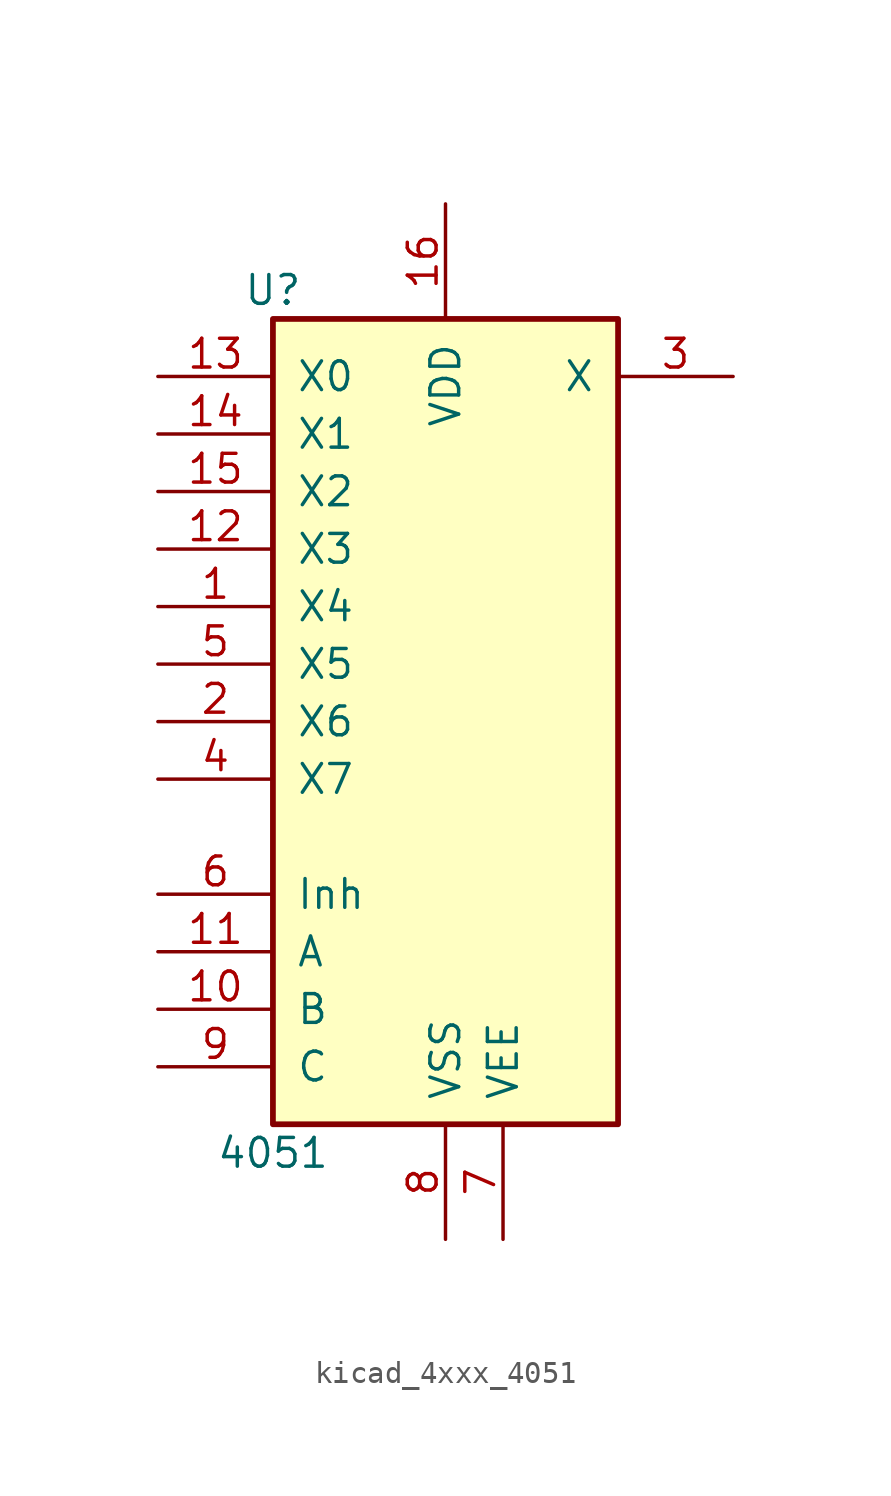
<source format=kicad_sym>
(kicad_symbol_lib
  (version 20220914)
  (generator kicad_symbol_editor)
  (symbol "kicad_4xxx_4051"
    (pin_names
      (offset 1.016))
    (property "Reference" "U"
      (at -7.62 19.05 0)
      (effects (font (size 1.27 1.27))))
    (property "Value" "4051"
      (at -7.62 -19.05 0)
      (effects (font (size 1.27 1.27))))
    (property "ki_locked" ""
      (at 0 0 0)
      (effects (font (size 1.27 1.27))))
    (symbol "kicad_4xxx_4051_1_0"
      (pin passive line (at -12.7 5.08 0) (length 5.08) (name "X4" (effects (font (size 1.27 1.27)))) (number "1" (effects (font (size 1.27 1.27)))))
      (pin input line (at -12.7 -12.7 0) (length 5.08) (name "B" (effects (font (size 1.27 1.27)))) (number "10" (effects (font (size 1.27 1.27)))))
      (pin input line (at -12.7 -10.16 0) (length 5.08) (name "A" (effects (font (size 1.27 1.27)))) (number "11" (effects (font (size 1.27 1.27)))))
      (pin passive line (at -12.7 7.62 0) (length 5.08) (name "X3" (effects (font (size 1.27 1.27)))) (number "12" (effects (font (size 1.27 1.27)))))
      (pin passive line (at -12.7 15.24 0) (length 5.08) (name "X0" (effects (font (size 1.27 1.27)))) (number "13" (effects (font (size 1.27 1.27)))))
      (pin passive line (at -12.7 12.7 0) (length 5.08) (name "X1" (effects (font (size 1.27 1.27)))) (number "14" (effects (font (size 1.27 1.27)))))
      (pin passive line (at -12.7 10.16 0) (length 5.08) (name "X2" (effects (font (size 1.27 1.27)))) (number "15" (effects (font (size 1.27 1.27)))))
      (pin power_in line (at 0 22.86 270) (length 5.08) (name "VDD" (effects (font (size 1.27 1.27)))) (number "16" (effects (font (size 1.27 1.27)))))
      (pin passive line (at -12.7 0 0) (length 5.08) (name "X6" (effects (font (size 1.27 1.27)))) (number "2" (effects (font (size 1.27 1.27)))))
      (pin passive line (at 12.7 15.24 180) (length 5.08) (name "X" (effects (font (size 1.27 1.27)))) (number "3" (effects (font (size 1.27 1.27)))))
      (pin passive line (at -12.7 -2.54 0) (length 5.08) (name "X7" (effects (font (size 1.27 1.27)))) (number "4" (effects (font (size 1.27 1.27)))))
      (pin passive line (at -12.7 2.54 0) (length 5.08) (name "X5" (effects (font (size 1.27 1.27)))) (number "5" (effects (font (size 1.27 1.27)))))
      (pin input line (at -12.7 -7.62 0) (length 5.08) (name "Inh" (effects (font (size 1.27 1.27)))) (number "6" (effects (font (size 1.27 1.27)))))
      (pin power_in line (at 2.54 -22.86 90) (length 5.08) (name "VEE" (effects (font (size 1.27 1.27)))) (number "7" (effects (font (size 1.27 1.27)))))
      (pin power_in line (at 0 -22.86 90) (length 5.08) (name "VSS" (effects (font (size 1.27 1.27)))) (number "8" (effects (font (size 1.27 1.27)))))
      (pin input line (at -12.7 -15.24 0) (length 5.08) (name "C" (effects (font (size 1.27 1.27)))) (number "9" (effects (font (size 1.27 1.27))))))
    (symbol "kicad_4xxx_4051_1_1"
      (rectangle (start -7.62 17.78) (end 7.62 -17.78) (stroke (width 0.254) (type default)) (fill (type background))))))
</source>
